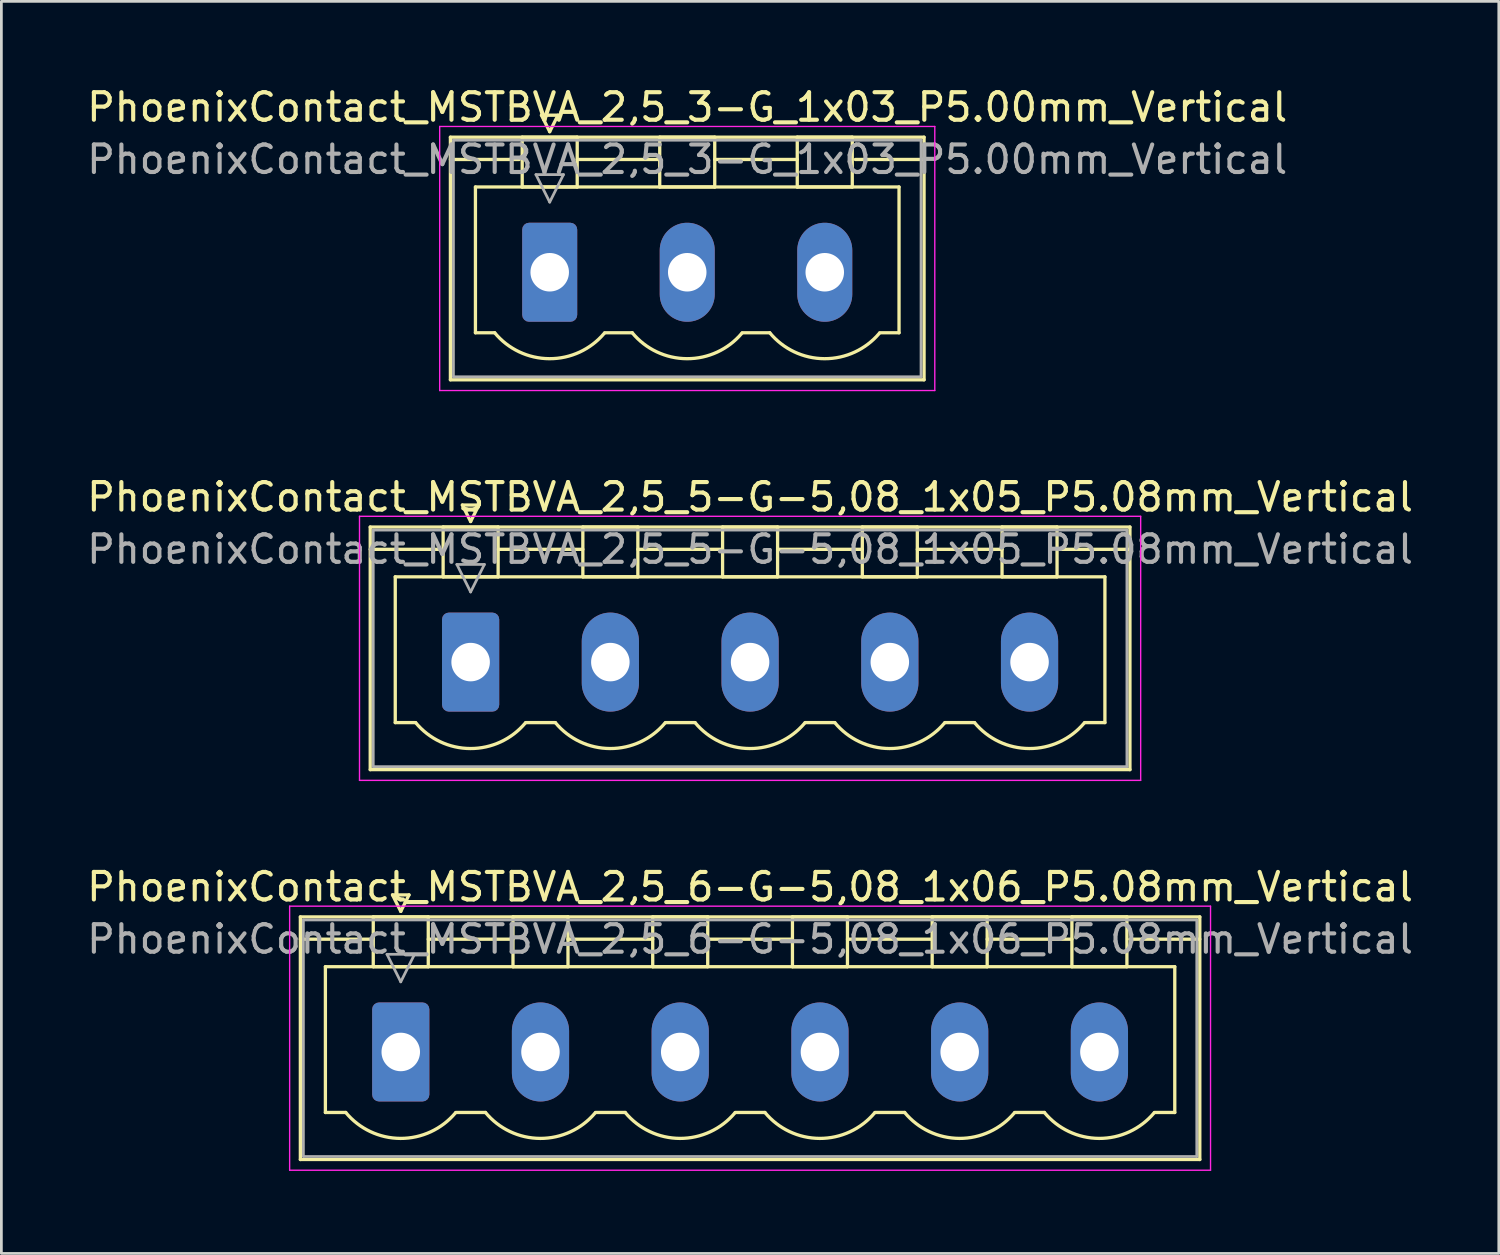
<source format=kicad_pcb>
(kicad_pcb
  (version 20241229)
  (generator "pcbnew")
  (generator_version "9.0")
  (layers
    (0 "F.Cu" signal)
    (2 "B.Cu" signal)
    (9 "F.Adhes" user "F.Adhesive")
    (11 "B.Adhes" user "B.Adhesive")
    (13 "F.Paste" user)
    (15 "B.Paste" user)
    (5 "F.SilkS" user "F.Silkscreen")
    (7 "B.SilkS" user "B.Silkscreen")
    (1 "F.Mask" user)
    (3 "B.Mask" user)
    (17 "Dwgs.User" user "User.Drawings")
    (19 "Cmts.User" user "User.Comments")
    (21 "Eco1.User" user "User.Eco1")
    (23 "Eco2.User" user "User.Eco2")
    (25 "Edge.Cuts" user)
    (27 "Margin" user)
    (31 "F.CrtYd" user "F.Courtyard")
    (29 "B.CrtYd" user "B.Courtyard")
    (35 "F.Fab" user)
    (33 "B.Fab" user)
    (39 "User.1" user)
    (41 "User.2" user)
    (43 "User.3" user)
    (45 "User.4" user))
  (footprint "PhoenixContact_MSTBVA_2,5_6-G-5,08_1x06_P5.08mm_Vertical"
    (layer "F.Cu")
    (at 11.52 35.195)
    (property "Reference" "PhoenixContact_MSTBVA_2,5_6-G-5,08_1x06_P5.08mm_Vertical" (at 12.7 -6 0) (layer "F.SilkS") (effects (font (size 1 1) (thickness 0.15))))
    (attr through_hole)
    (fp_line (start -3.65 -4.91) (end -3.65 3.91) (stroke (width 0.12) (type solid)) (layer "F.SilkS"))
    (fp_line (start -3.65 -4.1) (end -1.11 -4.1) (stroke (width 0.12) (type solid)) (layer "F.SilkS"))
    (fp_line (start -3.65 3.91) (end 29.05 3.91) (stroke (width 0.12) (type solid)) (layer "F.SilkS"))
    (fp_line (start -2.74 -3.1) (end 28.14 -3.1) (stroke (width 0.12) (type solid)) (layer "F.SilkS"))
    (fp_line (start -2.74 2.2) (end -2.74 -3.1) (stroke (width 0.12) (type solid)) (layer "F.SilkS"))
    (fp_line (start -2 2.2) (end -2.74 2.2) (stroke (width 0.12) (type solid)) (layer "F.SilkS"))
    (fp_line (start -1 -4.91) (end 1 -4.91) (stroke (width 0.12) (type solid)) (layer "F.SilkS"))
    (fp_line (start -1 -3.1) (end -1 -4.91) (stroke (width 0.12) (type solid)) (layer "F.SilkS"))
    (fp_line (start -0.3 -5.71) (end 0.3 -5.71) (stroke (width 0.12) (type solid)) (layer "F.SilkS"))
    (fp_line (start 0 -5.11) (end -0.3 -5.71) (stroke (width 0.12) (type solid)) (layer "F.SilkS"))
    (fp_line (start 0.3 -5.71) (end 0 -5.11) (stroke (width 0.12) (type solid)) (layer "F.SilkS"))
    (fp_line (start 1 -4.91) (end 1 -3.1) (stroke (width 0.12) (type solid)) (layer "F.SilkS"))
    (fp_line (start 1 -4.1) (end 4.08 -4.1) (stroke (width 0.12) (type solid)) (layer "F.SilkS"))
    (fp_line (start 1 -3.1) (end -1 -3.1) (stroke (width 0.12) (type solid)) (layer "F.SilkS"))
    (fp_line (start 2 2.2) (end 3.08 2.2) (stroke (width 0.12) (type solid)) (layer "F.SilkS"))
    (fp_line (start 4.08 -4.91) (end 6.08 -4.91) (stroke (width 0.12) (type solid)) (layer "F.SilkS"))
    (fp_line (start 4.08 -3.1) (end 4.08 -4.91) (stroke (width 0.12) (type solid)) (layer "F.SilkS"))
    (fp_line (start 6.08 -4.91) (end 6.08 -3.1) (stroke (width 0.12) (type solid)) (layer "F.SilkS"))
    (fp_line (start 6.08 -4.1) (end 9.16 -4.1) (stroke (width 0.12) (type solid)) (layer "F.SilkS"))
    (fp_line (start 6.08 -3.1) (end 4.08 -3.1) (stroke (width 0.12) (type solid)) (layer "F.SilkS"))
    (fp_line (start 7.08 2.2) (end 8.16 2.2) (stroke (width 0.12) (type solid)) (layer "F.SilkS"))
    (fp_line (start 9.16 -4.91) (end 11.16 -4.91) (stroke (width 0.12) (type solid)) (layer "F.SilkS"))
    (fp_line (start 9.16 -3.1) (end 9.16 -4.91) (stroke (width 0.12) (type solid)) (layer "F.SilkS"))
    (fp_line (start 11.16 -4.91) (end 11.16 -3.1) (stroke (width 0.12) (type solid)) (layer "F.SilkS"))
    (fp_line (start 11.16 -4.1) (end 14.24 -4.1) (stroke (width 0.12) (type solid)) (layer "F.SilkS"))
    (fp_line (start 11.16 -3.1) (end 9.16 -3.1) (stroke (width 0.12) (type solid)) (layer "F.SilkS"))
    (fp_line (start 12.16 2.2) (end 13.24 2.2) (stroke (width 0.12) (type solid)) (layer "F.SilkS"))
    (fp_line (start 14.24 -4.91) (end 16.24 -4.91) (stroke (width 0.12) (type solid)) (layer "F.SilkS"))
    (fp_line (start 14.24 -3.1) (end 14.24 -4.91) (stroke (width 0.12) (type solid)) (layer "F.SilkS"))
    (fp_line (start 16.24 -4.91) (end 16.24 -3.1) (stroke (width 0.12) (type solid)) (layer "F.SilkS"))
    (fp_line (start 16.24 -4.1) (end 19.32 -4.1) (stroke (width 0.12) (type solid)) (layer "F.SilkS"))
    (fp_line (start 16.24 -3.1) (end 14.24 -3.1) (stroke (width 0.12) (type solid)) (layer "F.SilkS"))
    (fp_line (start 17.24 2.2) (end 18.32 2.2) (stroke (width 0.12) (type solid)) (layer "F.SilkS"))
    (fp_line (start 19.32 -4.91) (end 21.32 -4.91) (stroke (width 0.12) (type solid)) (layer "F.SilkS"))
    (fp_line (start 19.32 -3.1) (end 19.32 -4.91) (stroke (width 0.12) (type solid)) (layer "F.SilkS"))
    (fp_line (start 21.32 -4.91) (end 21.32 -3.1) (stroke (width 0.12) (type solid)) (layer "F.SilkS"))
    (fp_line (start 21.32 -4.1) (end 24.4 -4.1) (stroke (width 0.12) (type solid)) (layer "F.SilkS"))
    (fp_line (start 21.32 -3.1) (end 19.32 -3.1) (stroke (width 0.12) (type solid)) (layer "F.SilkS"))
    (fp_line (start 22.32 2.2) (end 23.4 2.2) (stroke (width 0.12) (type solid)) (layer "F.SilkS"))
    (fp_line (start 24.4 -4.91) (end 26.4 -4.91) (stroke (width 0.12) (type solid)) (layer "F.SilkS"))
    (fp_line (start 24.4 -3.1) (end 24.4 -4.91) (stroke (width 0.12) (type solid)) (layer "F.SilkS"))
    (fp_line (start 26.4 -4.91) (end 26.4 -3.1) (stroke (width 0.12) (type solid)) (layer "F.SilkS"))
    (fp_line (start 26.4 -3.1) (end 24.4 -3.1) (stroke (width 0.12) (type solid)) (layer "F.SilkS"))
    (fp_line (start 28.14 -3.1) (end 28.14 2.2) (stroke (width 0.12) (type solid)) (layer "F.SilkS"))
    (fp_line (start 28.14 2.2) (end 27.4 2.2) (stroke (width 0.12) (type solid)) (layer "F.SilkS"))
    (fp_line (start 29.05 -4.91) (end -3.65 -4.91) (stroke (width 0.12) (type solid)) (layer "F.SilkS"))
    (fp_line (start 29.05 -4.1) (end 26.51 -4.1) (stroke (width 0.12) (type solid)) (layer "F.SilkS"))
    (fp_line (start 29.05 3.91) (end 29.05 -4.91) (stroke (width 0.12) (type solid)) (layer "F.SilkS"))
    (fp_arc (start 1.986842 2.215821) (mid -0.010289 3.142758) (end -2 2.2) (stroke (width 0.12) (type solid)) (layer "F.SilkS"))
    (fp_arc (start 7.066842 2.215821) (mid 5.069711 3.142758) (end 3.08 2.2) (stroke (width 0.12) (type solid)) (layer "F.SilkS"))
    (fp_arc (start 12.146842 2.215821) (mid 10.149711 3.142758) (end 8.16 2.2) (stroke (width 0.12) (type solid)) (layer "F.SilkS"))
    (fp_arc (start 17.226842 2.215821) (mid 15.229711 3.142758) (end 13.24 2.2) (stroke (width 0.12) (type solid)) (layer "F.SilkS"))
    (fp_arc (start 22.306842 2.215821) (mid 20.309711 3.142758) (end 18.32 2.2) (stroke (width 0.12) (type solid)) (layer "F.SilkS"))
    (fp_arc (start 27.386842 2.215821) (mid 25.389711 3.142758) (end 23.4 2.2) (stroke (width 0.12) (type solid)) (layer "F.SilkS"))
    (fp_line (start -4.04 -5.3) (end -4.04 4.3) (stroke (width 0.05) (type solid)) (layer "F.CrtYd"))
    (fp_line (start -4.04 4.3) (end 29.44 4.3) (stroke (width 0.05) (type solid)) (layer "F.CrtYd"))
    (fp_line (start 29.44 -5.3) (end -4.04 -5.3) (stroke (width 0.05) (type solid)) (layer "F.CrtYd"))
    (fp_line (start 29.44 4.3) (end 29.44 -5.3) (stroke (width 0.05) (type solid)) (layer "F.CrtYd"))
    (fp_line (start -3.54 -4.8) (end -3.54 3.8) (stroke (width 0.1) (type solid)) (layer "F.Fab"))
    (fp_line (start -3.54 3.8) (end 28.94 3.8) (stroke (width 0.1) (type solid)) (layer "F.Fab"))
    (fp_line (start -0.5 -3.55) (end 0.5 -3.55) (stroke (width 0.1) (type solid)) (layer "F.Fab"))
    (fp_line (start 0 -2.55) (end -0.5 -3.55) (stroke (width 0.1) (type solid)) (layer "F.Fab"))
    (fp_line (start 0.5 -3.55) (end 0 -2.55) (stroke (width 0.1) (type solid)) (layer "F.Fab"))
    (fp_line (start 28.94 -4.8) (end -3.54 -4.8) (stroke (width 0.1) (type solid)) (layer "F.Fab"))
    (fp_line (start 28.94 3.8) (end 28.94 -4.8) (stroke (width 0.1) (type solid)) (layer "F.Fab"))
    (fp_text user "${REFERENCE}" (at 12.7 -4.1 0) (layer "F.Fab") (effects (font (size 1 1) (thickness 0.15))))
    (pad "1" thru_hole roundrect (at 0 0) (size 2.08 3.6) (drill 1.4) (layers "*.Cu" "*.Mask") (roundrect_rratio 0.12))
    (pad "2" thru_hole oval (at 5.08 0) (size 2.08 3.6) (drill 1.4) (layers "*.Cu" "*.Mask"))
    (pad "3" thru_hole oval (at 10.16 0) (size 2.08 3.6) (drill 1.4) (layers "*.Cu" "*.Mask"))
    (pad "4" thru_hole oval (at 15.24 0) (size 2.08 3.6) (drill 1.4) (layers "*.Cu" "*.Mask"))
    (pad "5" thru_hole oval (at 20.32 0) (size 2.08 3.6) (drill 1.4) (layers "*.Cu" "*.Mask"))
    (pad "6" thru_hole oval (at 25.4 0) (size 2.08 3.6) (drill 1.4) (layers "*.Cu" "*.Mask")))
  (footprint "PhoenixContact_MSTBVA_2,5_5-G-5,08_1x05_P5.08mm_Vertical"
    (layer "F.Cu")
    (at 14.06 21.021)
    (property "Reference" "PhoenixContact_MSTBVA_2,5_5-G-5,08_1x05_P5.08mm_Vertical" (at 10.16 -6 0) (layer "F.SilkS") (effects (font (size 1 1) (thickness 0.15))))
    (attr through_hole)
    (fp_line (start -3.65 -4.91) (end -3.65 3.91) (stroke (width 0.12) (type solid)) (layer "F.SilkS"))
    (fp_line (start -3.65 -4.1) (end -1.11 -4.1) (stroke (width 0.12) (type solid)) (layer "F.SilkS"))
    (fp_line (start -3.65 3.91) (end 23.97 3.91) (stroke (width 0.12) (type solid)) (layer "F.SilkS"))
    (fp_line (start -2.74 -3.1) (end 23.06 -3.1) (stroke (width 0.12) (type solid)) (layer "F.SilkS"))
    (fp_line (start -2.74 2.2) (end -2.74 -3.1) (stroke (width 0.12) (type solid)) (layer "F.SilkS"))
    (fp_line (start -2 2.2) (end -2.74 2.2) (stroke (width 0.12) (type solid)) (layer "F.SilkS"))
    (fp_line (start -1 -4.91) (end 1 -4.91) (stroke (width 0.12) (type solid)) (layer "F.SilkS"))
    (fp_line (start -1 -3.1) (end -1 -4.91) (stroke (width 0.12) (type solid)) (layer "F.SilkS"))
    (fp_line (start -0.3 -5.71) (end 0.3 -5.71) (stroke (width 0.12) (type solid)) (layer "F.SilkS"))
    (fp_line (start 0 -5.11) (end -0.3 -5.71) (stroke (width 0.12) (type solid)) (layer "F.SilkS"))
    (fp_line (start 0.3 -5.71) (end 0 -5.11) (stroke (width 0.12) (type solid)) (layer "F.SilkS"))
    (fp_line (start 1 -4.91) (end 1 -3.1) (stroke (width 0.12) (type solid)) (layer "F.SilkS"))
    (fp_line (start 1 -4.1) (end 4.08 -4.1) (stroke (width 0.12) (type solid)) (layer "F.SilkS"))
    (fp_line (start 1 -3.1) (end -1 -3.1) (stroke (width 0.12) (type solid)) (layer "F.SilkS"))
    (fp_line (start 2 2.2) (end 3.08 2.2) (stroke (width 0.12) (type solid)) (layer "F.SilkS"))
    (fp_line (start 4.08 -4.91) (end 6.08 -4.91) (stroke (width 0.12) (type solid)) (layer "F.SilkS"))
    (fp_line (start 4.08 -3.1) (end 4.08 -4.91) (stroke (width 0.12) (type solid)) (layer "F.SilkS"))
    (fp_line (start 6.08 -4.91) (end 6.08 -3.1) (stroke (width 0.12) (type solid)) (layer "F.SilkS"))
    (fp_line (start 6.08 -4.1) (end 9.16 -4.1) (stroke (width 0.12) (type solid)) (layer "F.SilkS"))
    (fp_line (start 6.08 -3.1) (end 4.08 -3.1) (stroke (width 0.12) (type solid)) (layer "F.SilkS"))
    (fp_line (start 7.08 2.2) (end 8.16 2.2) (stroke (width 0.12) (type solid)) (layer "F.SilkS"))
    (fp_line (start 9.16 -4.91) (end 11.16 -4.91) (stroke (width 0.12) (type solid)) (layer "F.SilkS"))
    (fp_line (start 9.16 -3.1) (end 9.16 -4.91) (stroke (width 0.12) (type solid)) (layer "F.SilkS"))
    (fp_line (start 11.16 -4.91) (end 11.16 -3.1) (stroke (width 0.12) (type solid)) (layer "F.SilkS"))
    (fp_line (start 11.16 -4.1) (end 14.24 -4.1) (stroke (width 0.12) (type solid)) (layer "F.SilkS"))
    (fp_line (start 11.16 -3.1) (end 9.16 -3.1) (stroke (width 0.12) (type solid)) (layer "F.SilkS"))
    (fp_line (start 12.16 2.2) (end 13.24 2.2) (stroke (width 0.12) (type solid)) (layer "F.SilkS"))
    (fp_line (start 14.24 -4.91) (end 16.24 -4.91) (stroke (width 0.12) (type solid)) (layer "F.SilkS"))
    (fp_line (start 14.24 -3.1) (end 14.24 -4.91) (stroke (width 0.12) (type solid)) (layer "F.SilkS"))
    (fp_line (start 16.24 -4.91) (end 16.24 -3.1) (stroke (width 0.12) (type solid)) (layer "F.SilkS"))
    (fp_line (start 16.24 -4.1) (end 19.32 -4.1) (stroke (width 0.12) (type solid)) (layer "F.SilkS"))
    (fp_line (start 16.24 -3.1) (end 14.24 -3.1) (stroke (width 0.12) (type solid)) (layer "F.SilkS"))
    (fp_line (start 17.24 2.2) (end 18.32 2.2) (stroke (width 0.12) (type solid)) (layer "F.SilkS"))
    (fp_line (start 19.32 -4.91) (end 21.32 -4.91) (stroke (width 0.12) (type solid)) (layer "F.SilkS"))
    (fp_line (start 19.32 -3.1) (end 19.32 -4.91) (stroke (width 0.12) (type solid)) (layer "F.SilkS"))
    (fp_line (start 21.32 -4.91) (end 21.32 -3.1) (stroke (width 0.12) (type solid)) (layer "F.SilkS"))
    (fp_line (start 21.32 -3.1) (end 19.32 -3.1) (stroke (width 0.12) (type solid)) (layer "F.SilkS"))
    (fp_line (start 23.06 -3.1) (end 23.06 2.2) (stroke (width 0.12) (type solid)) (layer "F.SilkS"))
    (fp_line (start 23.06 2.2) (end 22.32 2.2) (stroke (width 0.12) (type solid)) (layer "F.SilkS"))
    (fp_line (start 23.97 -4.91) (end -3.65 -4.91) (stroke (width 0.12) (type solid)) (layer "F.SilkS"))
    (fp_line (start 23.97 -4.1) (end 21.43 -4.1) (stroke (width 0.12) (type solid)) (layer "F.SilkS"))
    (fp_line (start 23.97 3.91) (end 23.97 -4.91) (stroke (width 0.12) (type solid)) (layer "F.SilkS"))
    (fp_arc (start 1.986842 2.215821) (mid -0.010289 3.142758) (end -2 2.2) (stroke (width 0.12) (type solid)) (layer "F.SilkS"))
    (fp_arc (start 7.066842 2.215821) (mid 5.069711 3.142758) (end 3.08 2.2) (stroke (width 0.12) (type solid)) (layer "F.SilkS"))
    (fp_arc (start 12.146842 2.215821) (mid 10.149711 3.142758) (end 8.16 2.2) (stroke (width 0.12) (type solid)) (layer "F.SilkS"))
    (fp_arc (start 17.226842 2.215821) (mid 15.229711 3.142758) (end 13.24 2.2) (stroke (width 0.12) (type solid)) (layer "F.SilkS"))
    (fp_arc (start 22.306842 2.215821) (mid 20.309711 3.142758) (end 18.32 2.2) (stroke (width 0.12) (type solid)) (layer "F.SilkS"))
    (fp_line (start -4.04 -5.3) (end -4.04 4.3) (stroke (width 0.05) (type solid)) (layer "F.CrtYd"))
    (fp_line (start -4.04 4.3) (end 24.36 4.3) (stroke (width 0.05) (type solid)) (layer "F.CrtYd"))
    (fp_line (start 24.36 -5.3) (end -4.04 -5.3) (stroke (width 0.05) (type solid)) (layer "F.CrtYd"))
    (fp_line (start 24.36 4.3) (end 24.36 -5.3) (stroke (width 0.05) (type solid)) (layer "F.CrtYd"))
    (fp_line (start -3.54 -4.8) (end -3.54 3.8) (stroke (width 0.1) (type solid)) (layer "F.Fab"))
    (fp_line (start -3.54 3.8) (end 23.86 3.8) (stroke (width 0.1) (type solid)) (layer "F.Fab"))
    (fp_line (start -0.5 -3.55) (end 0.5 -3.55) (stroke (width 0.1) (type solid)) (layer "F.Fab"))
    (fp_line (start 0 -2.55) (end -0.5 -3.55) (stroke (width 0.1) (type solid)) (layer "F.Fab"))
    (fp_line (start 0.5 -3.55) (end 0 -2.55) (stroke (width 0.1) (type solid)) (layer "F.Fab"))
    (fp_line (start 23.86 -4.8) (end -3.54 -4.8) (stroke (width 0.1) (type solid)) (layer "F.Fab"))
    (fp_line (start 23.86 3.8) (end 23.86 -4.8) (stroke (width 0.1) (type solid)) (layer "F.Fab"))
    (fp_text user "${REFERENCE}" (at 10.16 -4.1 0) (layer "F.Fab") (effects (font (size 1 1) (thickness 0.15))))
    (pad "1" thru_hole roundrect (at 0 0) (size 2.08 3.6) (drill 1.4) (layers "*.Cu" "*.Mask") (roundrect_rratio 0.12))
    (pad "2" thru_hole oval (at 5.08 0) (size 2.08 3.6) (drill 1.4) (layers "*.Cu" "*.Mask"))
    (pad "3" thru_hole oval (at 10.16 0) (size 2.08 3.6) (drill 1.4) (layers "*.Cu" "*.Mask"))
    (pad "4" thru_hole oval (at 15.24 0) (size 2.08 3.6) (drill 1.4) (layers "*.Cu" "*.Mask"))
    (pad "5" thru_hole oval (at 20.32 0) (size 2.08 3.6) (drill 1.4) (layers "*.Cu" "*.Mask")))
  (footprint "PhoenixContact_MSTBVA_2,5_3-G_1x03_P5.00mm_Vertical"
    (layer "F.Cu")
    (at 16.935 6.848)
    (property "Reference" "PhoenixContact_MSTBVA_2,5_3-G_1x03_P5.00mm_Vertical" (at 5 -6 0) (layer "F.SilkS") (effects (font (size 1 1) (thickness 0.15))))
    (attr through_hole)
    (fp_line (start -3.61 -4.91) (end -3.61 3.91) (stroke (width 0.12) (type solid)) (layer "F.SilkS"))
    (fp_line (start -3.61 -4.1) (end -1.11 -4.1) (stroke (width 0.12) (type solid)) (layer "F.SilkS"))
    (fp_line (start -3.61 3.91) (end 13.61 3.91) (stroke (width 0.12) (type solid)) (layer "F.SilkS"))
    (fp_line (start -2.7 -3.1) (end 12.7 -3.1) (stroke (width 0.12) (type solid)) (layer "F.SilkS"))
    (fp_line (start -2.7 2.2) (end -2.7 -3.1) (stroke (width 0.12) (type solid)) (layer "F.SilkS"))
    (fp_line (start -2 2.2) (end -2.7 2.2) (stroke (width 0.12) (type solid)) (layer "F.SilkS"))
    (fp_line (start -1 -4.91) (end 1 -4.91) (stroke (width 0.12) (type solid)) (layer "F.SilkS"))
    (fp_line (start -1 -3.1) (end -1 -4.91) (stroke (width 0.12) (type solid)) (layer "F.SilkS"))
    (fp_line (start -0.3 -5.71) (end 0.3 -5.71) (stroke (width 0.12) (type solid)) (layer "F.SilkS"))
    (fp_line (start 0 -5.11) (end -0.3 -5.71) (stroke (width 0.12) (type solid)) (layer "F.SilkS"))
    (fp_line (start 0.3 -5.71) (end 0 -5.11) (stroke (width 0.12) (type solid)) (layer "F.SilkS"))
    (fp_line (start 1 -4.91) (end 1 -3.1) (stroke (width 0.12) (type solid)) (layer "F.SilkS"))
    (fp_line (start 1 -4.1) (end 4 -4.1) (stroke (width 0.12) (type solid)) (layer "F.SilkS"))
    (fp_line (start 1 -3.1) (end -1 -3.1) (stroke (width 0.12) (type solid)) (layer "F.SilkS"))
    (fp_line (start 2 2.2) (end 3 2.2) (stroke (width 0.12) (type solid)) (layer "F.SilkS"))
    (fp_line (start 4 -4.91) (end 6 -4.91) (stroke (width 0.12) (type solid)) (layer "F.SilkS"))
    (fp_line (start 4 -3.1) (end 4 -4.91) (stroke (width 0.12) (type solid)) (layer "F.SilkS"))
    (fp_line (start 6 -4.91) (end 6 -3.1) (stroke (width 0.12) (type solid)) (layer "F.SilkS"))
    (fp_line (start 6 -4.1) (end 9 -4.1) (stroke (width 0.12) (type solid)) (layer "F.SilkS"))
    (fp_line (start 6 -3.1) (end 4 -3.1) (stroke (width 0.12) (type solid)) (layer "F.SilkS"))
    (fp_line (start 7 2.2) (end 8 2.2) (stroke (width 0.12) (type solid)) (layer "F.SilkS"))
    (fp_line (start 9 -4.91) (end 11 -4.91) (stroke (width 0.12) (type solid)) (layer "F.SilkS"))
    (fp_line (start 9 -3.1) (end 9 -4.91) (stroke (width 0.12) (type solid)) (layer "F.SilkS"))
    (fp_line (start 11 -4.91) (end 11 -3.1) (stroke (width 0.12) (type solid)) (layer "F.SilkS"))
    (fp_line (start 11 -3.1) (end 9 -3.1) (stroke (width 0.12) (type solid)) (layer "F.SilkS"))
    (fp_line (start 12.7 -3.1) (end 12.7 2.2) (stroke (width 0.12) (type solid)) (layer "F.SilkS"))
    (fp_line (start 12.7 2.2) (end 12 2.2) (stroke (width 0.12) (type solid)) (layer "F.SilkS"))
    (fp_line (start 13.61 -4.91) (end -3.61 -4.91) (stroke (width 0.12) (type solid)) (layer "F.SilkS"))
    (fp_line (start 13.61 -4.1) (end 11.11 -4.1) (stroke (width 0.12) (type solid)) (layer "F.SilkS"))
    (fp_line (start 13.61 3.91) (end 13.61 -4.91) (stroke (width 0.12) (type solid)) (layer "F.SilkS"))
    (fp_arc (start 1.986842 2.215821) (mid -0.010289 3.142758) (end -2 2.2) (stroke (width 0.12) (type solid)) (layer "F.SilkS"))
    (fp_arc (start 6.986842 2.215821) (mid 4.989711 3.142758) (end 3 2.2) (stroke (width 0.12) (type solid)) (layer "F.SilkS"))
    (fp_arc (start 11.986842 2.215821) (mid 9.989711 3.142758) (end 8 2.2) (stroke (width 0.12) (type solid)) (layer "F.SilkS"))
    (fp_line (start -4 -5.3) (end -4 4.3) (stroke (width 0.05) (type solid)) (layer "F.CrtYd"))
    (fp_line (start -4 4.3) (end 14 4.3) (stroke (width 0.05) (type solid)) (layer "F.CrtYd"))
    (fp_line (start 14 -5.3) (end -4 -5.3) (stroke (width 0.05) (type solid)) (layer "F.CrtYd"))
    (fp_line (start 14 4.3) (end 14 -5.3) (stroke (width 0.05) (type solid)) (layer "F.CrtYd"))
    (fp_line (start -3.5 -4.8) (end -3.5 3.8) (stroke (width 0.1) (type solid)) (layer "F.Fab"))
    (fp_line (start -3.5 3.8) (end 13.5 3.8) (stroke (width 0.1) (type solid)) (layer "F.Fab"))
    (fp_line (start -0.5 -3.55) (end 0.5 -3.55) (stroke (width 0.1) (type solid)) (layer "F.Fab"))
    (fp_line (start 0 -2.55) (end -0.5 -3.55) (stroke (width 0.1) (type solid)) (layer "F.Fab"))
    (fp_line (start 0.5 -3.55) (end 0 -2.55) (stroke (width 0.1) (type solid)) (layer "F.Fab"))
    (fp_line (start 13.5 -4.8) (end -3.5 -4.8) (stroke (width 0.1) (type solid)) (layer "F.Fab"))
    (fp_line (start 13.5 3.8) (end 13.5 -4.8) (stroke (width 0.1) (type solid)) (layer "F.Fab"))
    (fp_text user "${REFERENCE}" (at 5 -4.1 0) (layer "F.Fab") (effects (font (size 1 1) (thickness 0.15))))
    (pad "1" thru_hole roundrect (at 0 0) (size 2 3.6) (drill 1.4) (layers "*.Cu" "*.Mask") (roundrect_rratio 0.125))
    (pad "2" thru_hole oval (at 5 0) (size 2 3.6) (drill 1.4) (layers "*.Cu" "*.Mask"))
    (pad "3" thru_hole oval (at 10 0) (size 2 3.6) (drill 1.4) (layers "*.Cu" "*.Mask")))
  (gr_rect
    (start -3 -3)
    (end 51.44 42.52)
    (stroke (width 0.1) (type default))
    (fill no)
    (layer "Edge.Cuts")))
</source>
